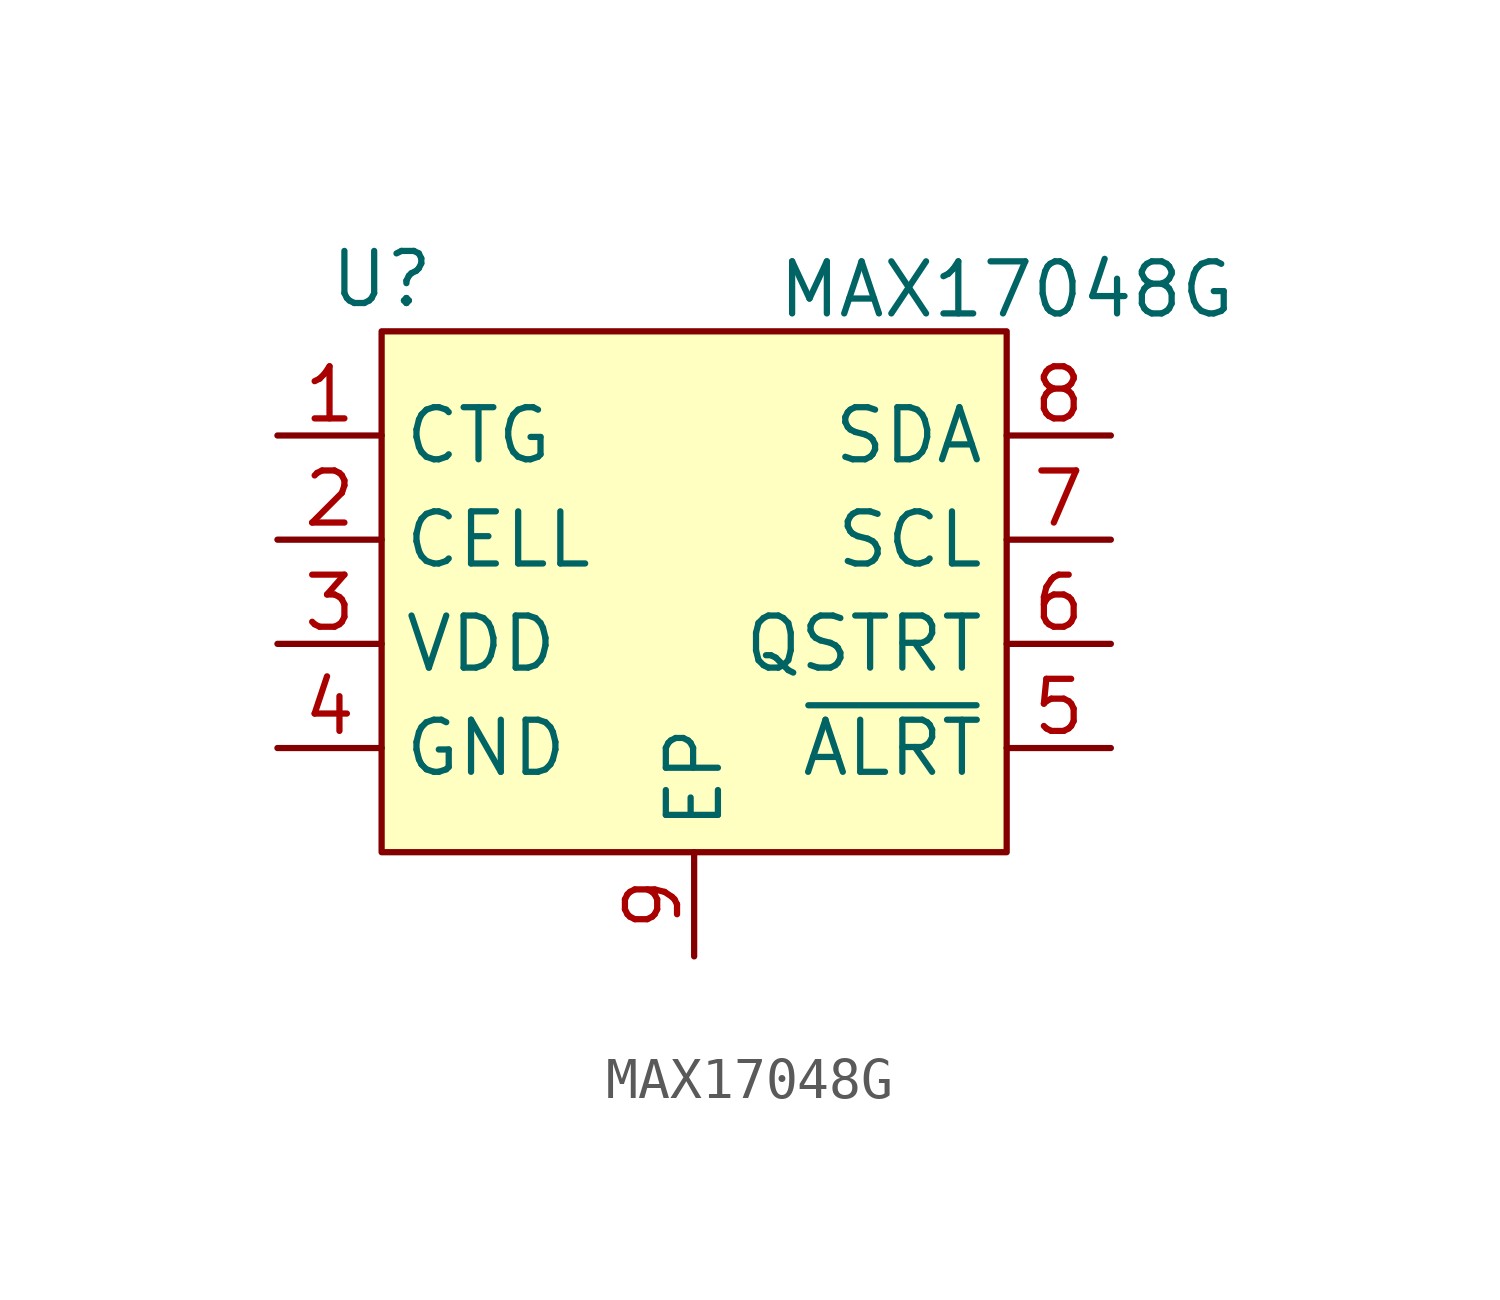
<source format=kicad_sym>
(kicad_symbol_lib
  (version 20231120)
  (generator "kicad_symbol_editor")
  (generator_version "8.0")
  (symbol "MAX17048G"
    (property "Reference" "U"
      (at -7.62 7.62 0)
      (effects (font (size 1.27 1.27))))
    (property "Value" "MAX17048G"
      (at 7.62 7.366 0)
      (effects (font (size 1.27 1.27))))
    (symbol "MAX17048G_1_1"
      (rectangle (start -7.62 6.35) (end 7.62 -6.35) (stroke (width 0) (type default)) (fill (type background)))
      (pin power_in line (at -10.16 3.81 0) (length 2.54) (name "CTG" (effects (font (size 1.27 1.27)))) (number "1" (effects (font (size 1.27 1.27)))))
      (pin power_in line (at -10.16 1.27 0) (length 2.54) (name "CELL" (effects (font (size 1.27 1.27)))) (number "2" (effects (font (size 1.27 1.27)))))
      (pin power_in line (at -10.16 -1.27 0) (length 2.54) (name "VDD" (effects (font (size 1.27 1.27)))) (number "3" (effects (font (size 1.27 1.27)))))
      (pin power_in line (at -10.16 -3.81 0) (length 2.54) (name "GND" (effects (font (size 1.27 1.27)))) (number "4" (effects (font (size 1.27 1.27)))))
      (pin open_collector line (at 10.16 -3.81 180) (length 2.54) (name "~{ALRT}" (effects (font (size 1.27 1.27)))) (number "5" (effects (font (size 1.27 1.27)))))
      (pin input line (at 10.16 -1.27 180) (length 2.54) (name "QSTRT" (effects (font (size 1.27 1.27)))) (number "6" (effects (font (size 1.27 1.27)))))
      (pin output line (at 10.16 1.27 180) (length 2.54) (name "SCL" (effects (font (size 1.27 1.27)))) (number "7" (effects (font (size 1.27 1.27)))))
      (pin bidirectional line (at 10.16 3.81 180) (length 2.54) (name "SDA" (effects (font (size 1.27 1.27)))) (number "8" (effects (font (size 1.27 1.27)))))
      (pin power_in line (at 0 -8.89 90) (length 2.54) (name "EP" (effects (font (size 1.27 1.27)))) (number "9" (effects (font (size 1.27 1.27))))))))
</source>
